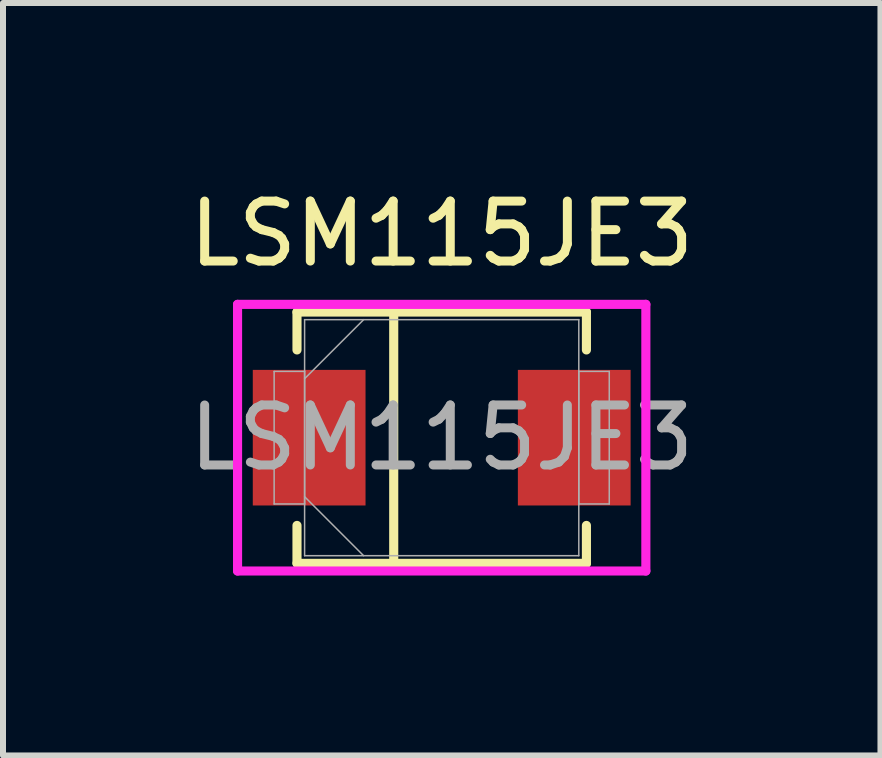
<source format=kicad_pcb>
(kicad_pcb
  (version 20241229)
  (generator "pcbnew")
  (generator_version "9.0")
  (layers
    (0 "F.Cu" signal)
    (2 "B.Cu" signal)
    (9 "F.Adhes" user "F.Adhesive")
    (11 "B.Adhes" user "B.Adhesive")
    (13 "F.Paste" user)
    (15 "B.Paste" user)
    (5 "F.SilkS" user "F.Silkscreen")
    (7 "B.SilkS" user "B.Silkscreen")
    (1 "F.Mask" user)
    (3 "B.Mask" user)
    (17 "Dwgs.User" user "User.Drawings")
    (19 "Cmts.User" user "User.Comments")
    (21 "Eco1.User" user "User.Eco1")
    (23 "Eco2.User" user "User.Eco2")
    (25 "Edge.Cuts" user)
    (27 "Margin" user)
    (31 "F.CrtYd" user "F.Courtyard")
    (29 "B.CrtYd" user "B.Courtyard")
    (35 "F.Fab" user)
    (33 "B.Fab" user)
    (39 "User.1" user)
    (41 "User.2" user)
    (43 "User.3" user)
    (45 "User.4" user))
  (footprint "LSM115JE3"
    (layer "F.Cu")
    (at 4.315 4.248)
    (property "Reference" "LSM115JE3" (at 0 -3.4 0) (unlocked yes) (layer "F.SilkS") (effects (font (size 1 1) (thickness 0.15))))
    (attr smd)
    (fp_line (start -2.413 -2.095) (end -2.413 -1.463) (stroke (width 0.152) (type solid)) (layer "F.SilkS"))
    (fp_line (start -2.413 1.463) (end -2.413 2.095) (stroke (width 0.152) (type solid)) (layer "F.SilkS"))
    (fp_line (start -2.413 2.095) (end 2.413 2.095) (stroke (width 0.152) (type solid)) (layer "F.SilkS"))
    (fp_line (start -0.8 -2.1) (end -0.8 2.1) (stroke (width 0.152) (type default)) (layer "F.SilkS"))
    (fp_line (start 2.413 -2.095) (end -2.413 -2.095) (stroke (width 0.152) (type solid)) (layer "F.SilkS"))
    (fp_line (start 2.413 -1.463) (end 2.413 -2.095) (stroke (width 0.152) (type solid)) (layer "F.SilkS"))
    (fp_line (start 2.413 2.095) (end 2.413 1.463) (stroke (width 0.152) (type solid)) (layer "F.SilkS"))
    (fp_line (start -3.404 -2.223) (end 3.404 -2.223) (stroke (width 0.152) (type solid)) (layer "F.CrtYd"))
    (fp_line (start -3.404 2.223) (end -3.404 -2.223) (stroke (width 0.152) (type solid)) (layer "F.CrtYd"))
    (fp_line (start 3.404 -2.223) (end 3.404 2.223) (stroke (width 0.152) (type solid)) (layer "F.CrtYd"))
    (fp_line (start 3.404 2.223) (end -3.404 2.223) (stroke (width 0.152) (type solid)) (layer "F.CrtYd"))
    (fp_line (start -2.794 -1.105) (end -2.794 1.105) (stroke (width 0.025) (type solid)) (layer "F.Fab"))
    (fp_line (start -2.794 1.105) (end -2.286 1.105) (stroke (width 0.025) (type solid)) (layer "F.Fab"))
    (fp_line (start -2.286 -1.968) (end -2.286 1.968) (stroke (width 0.025) (type solid)) (layer "F.Fab"))
    (fp_line (start -2.286 -1.105) (end -2.794 -1.105) (stroke (width 0.025) (type solid)) (layer "F.Fab"))
    (fp_line (start -2.286 -0.984) (end -1.302 -1.968) (stroke (width 0.025) (type solid)) (layer "F.Fab"))
    (fp_line (start -2.286 0.984) (end -1.302 1.968) (stroke (width 0.025) (type solid)) (layer "F.Fab"))
    (fp_line (start -2.286 1.105) (end -2.286 -1.105) (stroke (width 0.025) (type solid)) (layer "F.Fab"))
    (fp_line (start -2.286 1.968) (end 2.286 1.968) (stroke (width 0.025) (type solid)) (layer "F.Fab"))
    (fp_line (start 2.286 -1.968) (end -2.286 -1.968) (stroke (width 0.025) (type solid)) (layer "F.Fab"))
    (fp_line (start 2.286 -1.105) (end 2.286 1.105) (stroke (width 0.025) (type solid)) (layer "F.Fab"))
    (fp_line (start 2.286 1.105) (end 2.794 1.105) (stroke (width 0.025) (type solid)) (layer "F.Fab"))
    (fp_line (start 2.286 1.968) (end 2.286 -1.968) (stroke (width 0.025) (type solid)) (layer "F.Fab"))
    (fp_line (start 2.794 -1.105) (end 2.286 -1.105) (stroke (width 0.025) (type solid)) (layer "F.Fab"))
    (fp_line (start 2.794 1.105) (end 2.794 -1.105) (stroke (width 0.025) (type solid)) (layer "F.Fab"))
    (fp_circle (center -2.21 0) (end -2.21 0) (stroke (width 0.025) (type solid)) (fill no) (layer "F.Fab"))
    (fp_text user "${REFERENCE}" (at 0 0 0) (unlocked yes) (layer "F.Fab") (effects (font (size 1 1) (thickness 0.15))))
    (pad "1" smd rect (at -2.21 0) (size 1.88 2.261) (layers "F.Cu" "F.Mask" "F.Paste"))
    (pad "2" smd rect (at 2.21 0) (size 1.88 2.261) (layers "F.Cu" "F.Mask" "F.Paste"))
    (zone (net_name "") (layer "F.Cu") (hatch full 0.508) (connect_pads) (min_thickness 0.254) (filled_areas_thickness no) (keepout (tracks not_allowed) (vias not_allowed) (pads allowed) (copperpour not_allowed) (footprints allowed)) (placement (enabled no)) (fill) (polygon (pts (xy 3.096 2.331) (xy 5.535 2.331) (xy 5.535 6.166) (xy 3.096 6.166)))))
  (gr_rect
    (start -3 -3)
    (end 11.631 9.547)
    (stroke (width 0.1) (type default))
    (fill no)
    (layer "Edge.Cuts")))
</source>
